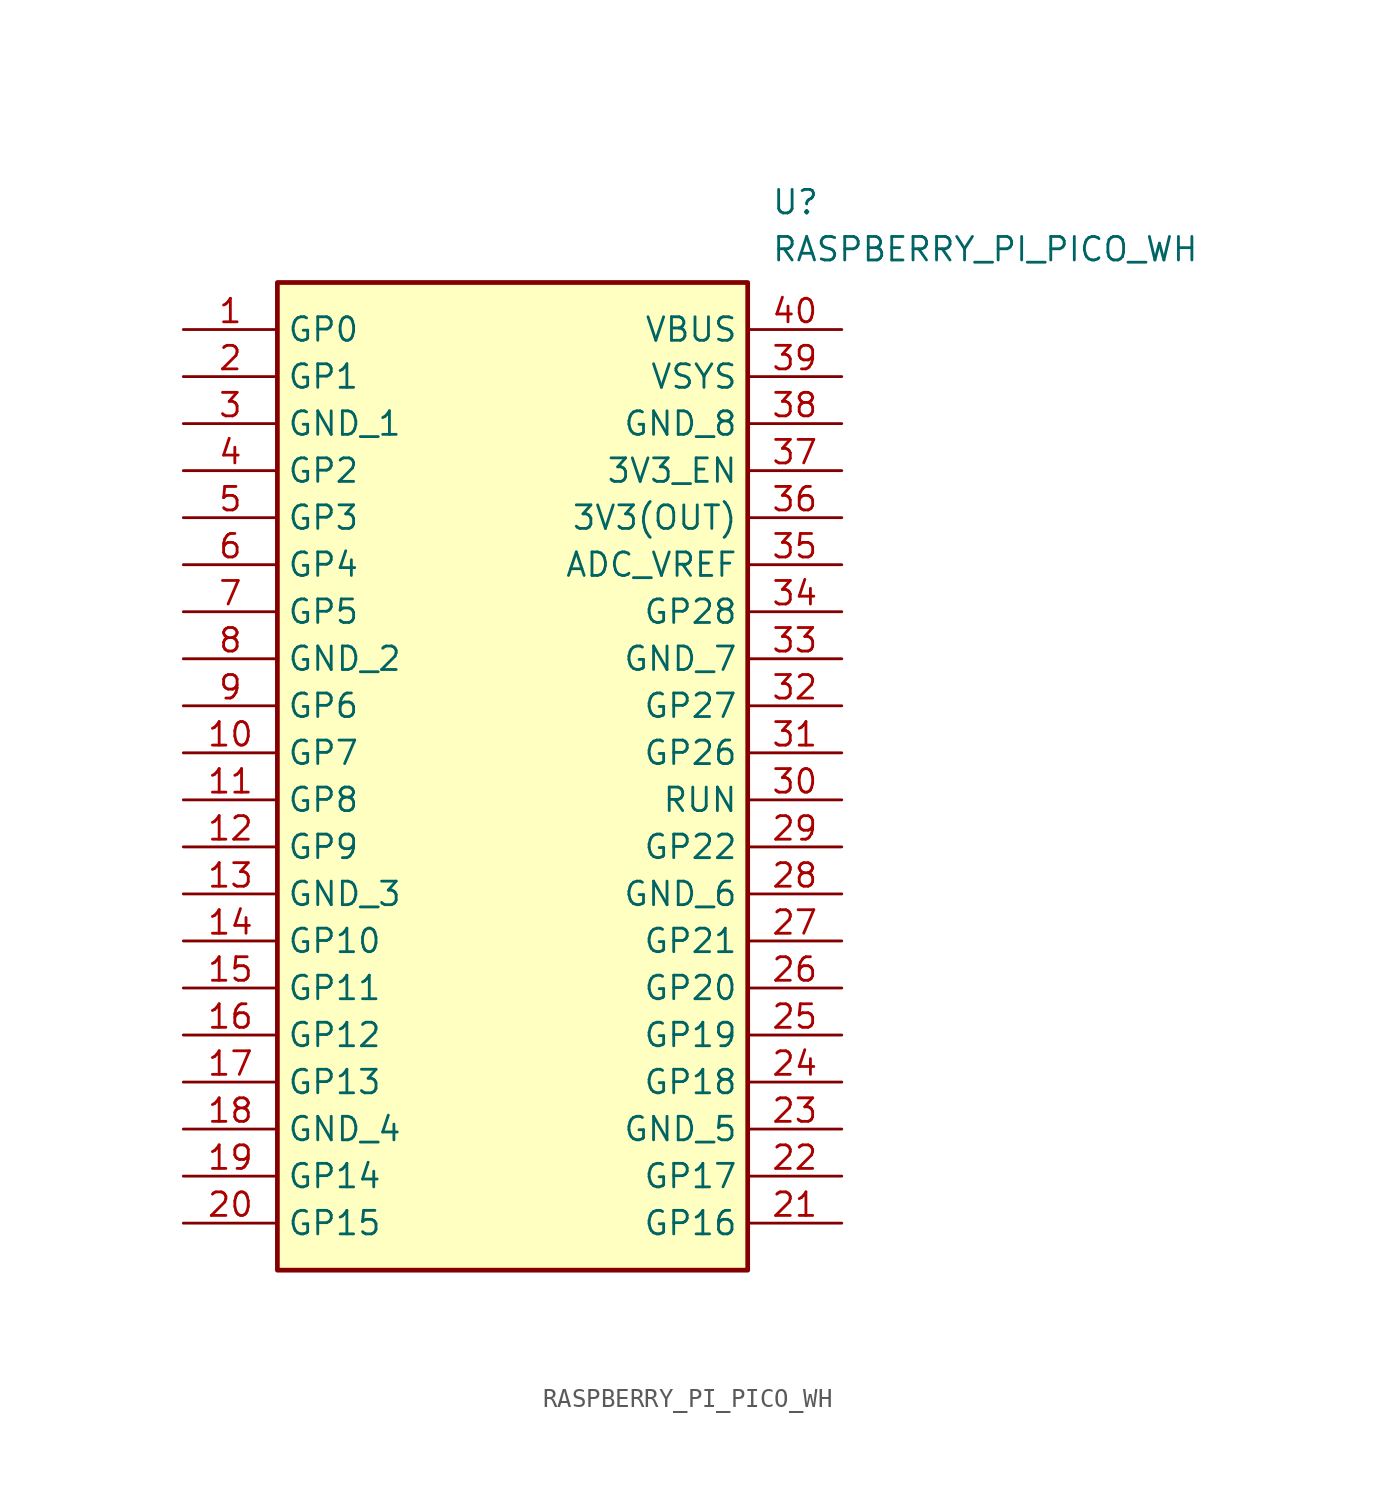
<source format=kicad_sym>
(kicad_symbol_lib
  (version 20211014)
  (generator SamacSys_ECAD_Model)
  (symbol "RASPBERRY_PI_PICO_WH"
    (property "Reference" "U"
      (at 31.75 7.62 0)
      (effects (font (size 1.27 1.27)) (justify left top)))
    (property "Value" "RASPBERRY_PI_PICO_WH"
      (at 31.75 5.08 0)
      (effects (font (size 1.27 1.27)) (justify left top)))
    (rectangle
      (start 5.08 2.54)
      (end 30.48 -50.8)
      (stroke (width 0.254) (type default))
      (fill (type background)))
    (pin passive line
      (at 0 0 0)
      (length 5.08)
      (name "GP0" (effects (font (size 1.27 1.27))))
      (number "1" (effects (font (size 1.27 1.27)))))
    (pin passive line
      (at 0 -2.54 0)
      (length 5.08)
      (name "GP1" (effects (font (size 1.27 1.27))))
      (number "2" (effects (font (size 1.27 1.27)))))
    (pin passive line
      (at 0 -5.08 0)
      (length 5.08)
      (name "GND_1" (effects (font (size 1.27 1.27))))
      (number "3" (effects (font (size 1.27 1.27)))))
    (pin passive line
      (at 0 -7.62 0)
      (length 5.08)
      (name "GP2" (effects (font (size 1.27 1.27))))
      (number "4" (effects (font (size 1.27 1.27)))))
    (pin passive line
      (at 0 -10.16 0)
      (length 5.08)
      (name "GP3" (effects (font (size 1.27 1.27))))
      (number "5" (effects (font (size 1.27 1.27)))))
    (pin passive line
      (at 0 -12.7 0)
      (length 5.08)
      (name "GP4" (effects (font (size 1.27 1.27))))
      (number "6" (effects (font (size 1.27 1.27)))))
    (pin passive line
      (at 0 -15.24 0)
      (length 5.08)
      (name "GP5" (effects (font (size 1.27 1.27))))
      (number "7" (effects (font (size 1.27 1.27)))))
    (pin passive line
      (at 0 -17.78 0)
      (length 5.08)
      (name "GND_2" (effects (font (size 1.27 1.27))))
      (number "8" (effects (font (size 1.27 1.27)))))
    (pin passive line
      (at 0 -20.32 0)
      (length 5.08)
      (name "GP6" (effects (font (size 1.27 1.27))))
      (number "9" (effects (font (size 1.27 1.27)))))
    (pin passive line
      (at 0 -22.86 0)
      (length 5.08)
      (name "GP7" (effects (font (size 1.27 1.27))))
      (number "10" (effects (font (size 1.27 1.27)))))
    (pin passive line
      (at 0 -25.4 0)
      (length 5.08)
      (name "GP8" (effects (font (size 1.27 1.27))))
      (number "11" (effects (font (size 1.27 1.27)))))
    (pin passive line
      (at 0 -27.94 0)
      (length 5.08)
      (name "GP9" (effects (font (size 1.27 1.27))))
      (number "12" (effects (font (size 1.27 1.27)))))
    (pin passive line
      (at 0 -30.48 0)
      (length 5.08)
      (name "GND_3" (effects (font (size 1.27 1.27))))
      (number "13" (effects (font (size 1.27 1.27)))))
    (pin passive line
      (at 0 -33.02 0)
      (length 5.08)
      (name "GP10" (effects (font (size 1.27 1.27))))
      (number "14" (effects (font (size 1.27 1.27)))))
    (pin passive line
      (at 0 -35.56 0)
      (length 5.08)
      (name "GP11" (effects (font (size 1.27 1.27))))
      (number "15" (effects (font (size 1.27 1.27)))))
    (pin passive line
      (at 0 -38.1 0)
      (length 5.08)
      (name "GP12" (effects (font (size 1.27 1.27))))
      (number "16" (effects (font (size 1.27 1.27)))))
    (pin passive line
      (at 0 -40.64 0)
      (length 5.08)
      (name "GP13" (effects (font (size 1.27 1.27))))
      (number "17" (effects (font (size 1.27 1.27)))))
    (pin passive line
      (at 0 -43.18 0)
      (length 5.08)
      (name "GND_4" (effects (font (size 1.27 1.27))))
      (number "18" (effects (font (size 1.27 1.27)))))
    (pin passive line
      (at 0 -45.72 0)
      (length 5.08)
      (name "GP14" (effects (font (size 1.27 1.27))))
      (number "19" (effects (font (size 1.27 1.27)))))
    (pin passive line
      (at 0 -48.26 0)
      (length 5.08)
      (name "GP15" (effects (font (size 1.27 1.27))))
      (number "20" (effects (font (size 1.27 1.27)))))
    (pin passive line
      (at 35.56 -48.26 180)
      (length 5.08)
      (name "GP16" (effects (font (size 1.27 1.27))))
      (number "21" (effects (font (size 1.27 1.27)))))
    (pin passive line
      (at 35.56 -45.72 180)
      (length 5.08)
      (name "GP17" (effects (font (size 1.27 1.27))))
      (number "22" (effects (font (size 1.27 1.27)))))
    (pin passive line
      (at 35.56 -43.18 180)
      (length 5.08)
      (name "GND_5" (effects (font (size 1.27 1.27))))
      (number "23" (effects (font (size 1.27 1.27)))))
    (pin passive line
      (at 35.56 -40.64 180)
      (length 5.08)
      (name "GP18" (effects (font (size 1.27 1.27))))
      (number "24" (effects (font (size 1.27 1.27)))))
    (pin passive line
      (at 35.56 -38.1 180)
      (length 5.08)
      (name "GP19" (effects (font (size 1.27 1.27))))
      (number "25" (effects (font (size 1.27 1.27)))))
    (pin passive line
      (at 35.56 -35.56 180)
      (length 5.08)
      (name "GP20" (effects (font (size 1.27 1.27))))
      (number "26" (effects (font (size 1.27 1.27)))))
    (pin passive line
      (at 35.56 -33.02 180)
      (length 5.08)
      (name "GP21" (effects (font (size 1.27 1.27))))
      (number "27" (effects (font (size 1.27 1.27)))))
    (pin passive line
      (at 35.56 -30.48 180)
      (length 5.08)
      (name "GND_6" (effects (font (size 1.27 1.27))))
      (number "28" (effects (font (size 1.27 1.27)))))
    (pin passive line
      (at 35.56 -27.94 180)
      (length 5.08)
      (name "GP22" (effects (font (size 1.27 1.27))))
      (number "29" (effects (font (size 1.27 1.27)))))
    (pin passive line
      (at 35.56 -25.4 180)
      (length 5.08)
      (name "RUN" (effects (font (size 1.27 1.27))))
      (number "30" (effects (font (size 1.27 1.27)))))
    (pin passive line
      (at 35.56 -22.86 180)
      (length 5.08)
      (name "GP26" (effects (font (size 1.27 1.27))))
      (number "31" (effects (font (size 1.27 1.27)))))
    (pin passive line
      (at 35.56 -20.32 180)
      (length 5.08)
      (name "GP27" (effects (font (size 1.27 1.27))))
      (number "32" (effects (font (size 1.27 1.27)))))
    (pin passive line
      (at 35.56 -17.78 180)
      (length 5.08)
      (name "GND_7" (effects (font (size 1.27 1.27))))
      (number "33" (effects (font (size 1.27 1.27)))))
    (pin passive line
      (at 35.56 -15.24 180)
      (length 5.08)
      (name "GP28" (effects (font (size 1.27 1.27))))
      (number "34" (effects (font (size 1.27 1.27)))))
    (pin passive line
      (at 35.56 -12.7 180)
      (length 5.08)
      (name "ADC_VREF" (effects (font (size 1.27 1.27))))
      (number "35" (effects (font (size 1.27 1.27)))))
    (pin passive line
      (at 35.56 -10.16 180)
      (length 5.08)
      (name "3V3(OUT)" (effects (font (size 1.27 1.27))))
      (number "36" (effects (font (size 1.27 1.27)))))
    (pin passive line
      (at 35.56 -7.62 180)
      (length 5.08)
      (name "3V3_EN" (effects (font (size 1.27 1.27))))
      (number "37" (effects (font (size 1.27 1.27)))))
    (pin passive line
      (at 35.56 -5.08 180)
      (length 5.08)
      (name "GND_8" (effects (font (size 1.27 1.27))))
      (number "38" (effects (font (size 1.27 1.27)))))
    (pin passive line
      (at 35.56 -2.54 180)
      (length 5.08)
      (name "VSYS" (effects (font (size 1.27 1.27))))
      (number "39" (effects (font (size 1.27 1.27)))))
    (pin passive line
      (at 35.56 0 180)
      (length 5.08)
      (name "VBUS" (effects (font (size 1.27 1.27))))
      (number "40" (effects (font (size 1.27 1.27)))))))
</source>
